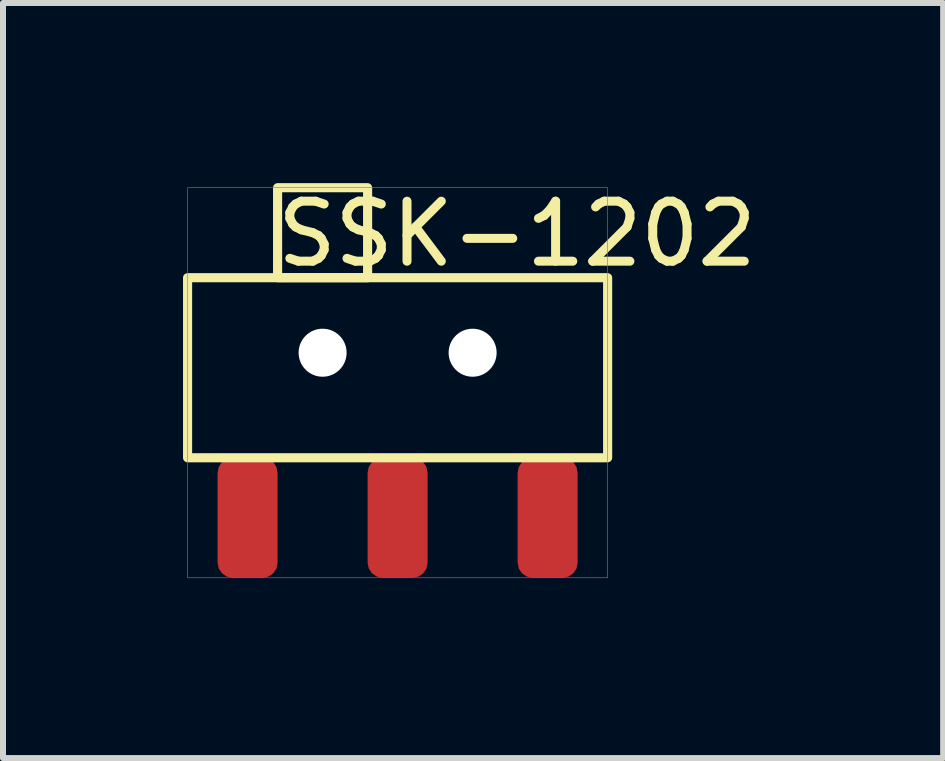
<source format=kicad_pcb>
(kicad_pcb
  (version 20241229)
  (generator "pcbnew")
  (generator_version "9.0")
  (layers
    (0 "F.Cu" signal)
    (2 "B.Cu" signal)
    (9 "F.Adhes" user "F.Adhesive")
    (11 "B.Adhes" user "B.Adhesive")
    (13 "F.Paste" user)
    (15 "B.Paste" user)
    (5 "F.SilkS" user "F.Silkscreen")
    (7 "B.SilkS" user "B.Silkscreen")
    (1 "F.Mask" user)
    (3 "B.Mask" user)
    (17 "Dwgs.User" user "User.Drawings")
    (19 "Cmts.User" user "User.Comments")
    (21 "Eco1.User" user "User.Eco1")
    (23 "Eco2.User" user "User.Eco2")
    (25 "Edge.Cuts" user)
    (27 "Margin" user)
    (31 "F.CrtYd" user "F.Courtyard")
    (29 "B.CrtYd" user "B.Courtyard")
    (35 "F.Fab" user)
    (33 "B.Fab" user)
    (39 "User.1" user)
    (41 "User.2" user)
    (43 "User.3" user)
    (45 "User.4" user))
  (footprint "SSK-1202"
    (layer "F.Cu")
    (at 3.576 5.578)
    (property "Reference" "SSK-1202" (at 1.99 -4.73 0) (unlocked yes) (layer "F.SilkS") (effects (font (size 1 1) (thickness 0.15))))
    (attr smd)
    (fp_rect (start -3.5 -1) (end 3.5 -4) (stroke (width 0.152) (type solid)) (fill no) (layer "F.SilkS"))
    (fp_rect (start -2 -5.5) (end -0.5 -4) (stroke (width 0.152) (type solid)) (fill no) (layer "F.SilkS"))
    (fp_rect (start -3.5 -5.5) (end 3.5 1) (stroke (width 0.01) (type solid)) (fill no) (layer "F.CrtYd"))
    (pad "" np_thru_hole circle (at -1.25 -2.75) (size 0.8 0.8) (drill 0.8) (layers "*.Cu" "*.Mask"))
    (pad "" np_thru_hole circle (at 1.25 -2.75) (size 0.8 0.8) (drill 0.8) (layers "*.Cu" "*.Mask"))
    (pad "1" smd roundrect (at -2.5 0) (size 1 2) (layers "F.Cu" "F.Mask" "F.Paste") (roundrect_rratio 0.25))
    (pad "2" smd roundrect (at 0 0) (size 1 2) (layers "F.Cu" "F.Mask" "F.Paste") (roundrect_rratio 0.25))
    (pad "3" smd roundrect (at 2.5 0) (size 1 2) (layers "F.Cu" "F.Mask" "F.Paste") (roundrect_rratio 0.25)))
  (gr_rect
    (start -3 -3)
    (end 12.667 9.583)
    (stroke (width 0.1) (type default))
    (fill no)
    (layer "Edge.Cuts")))
</source>
